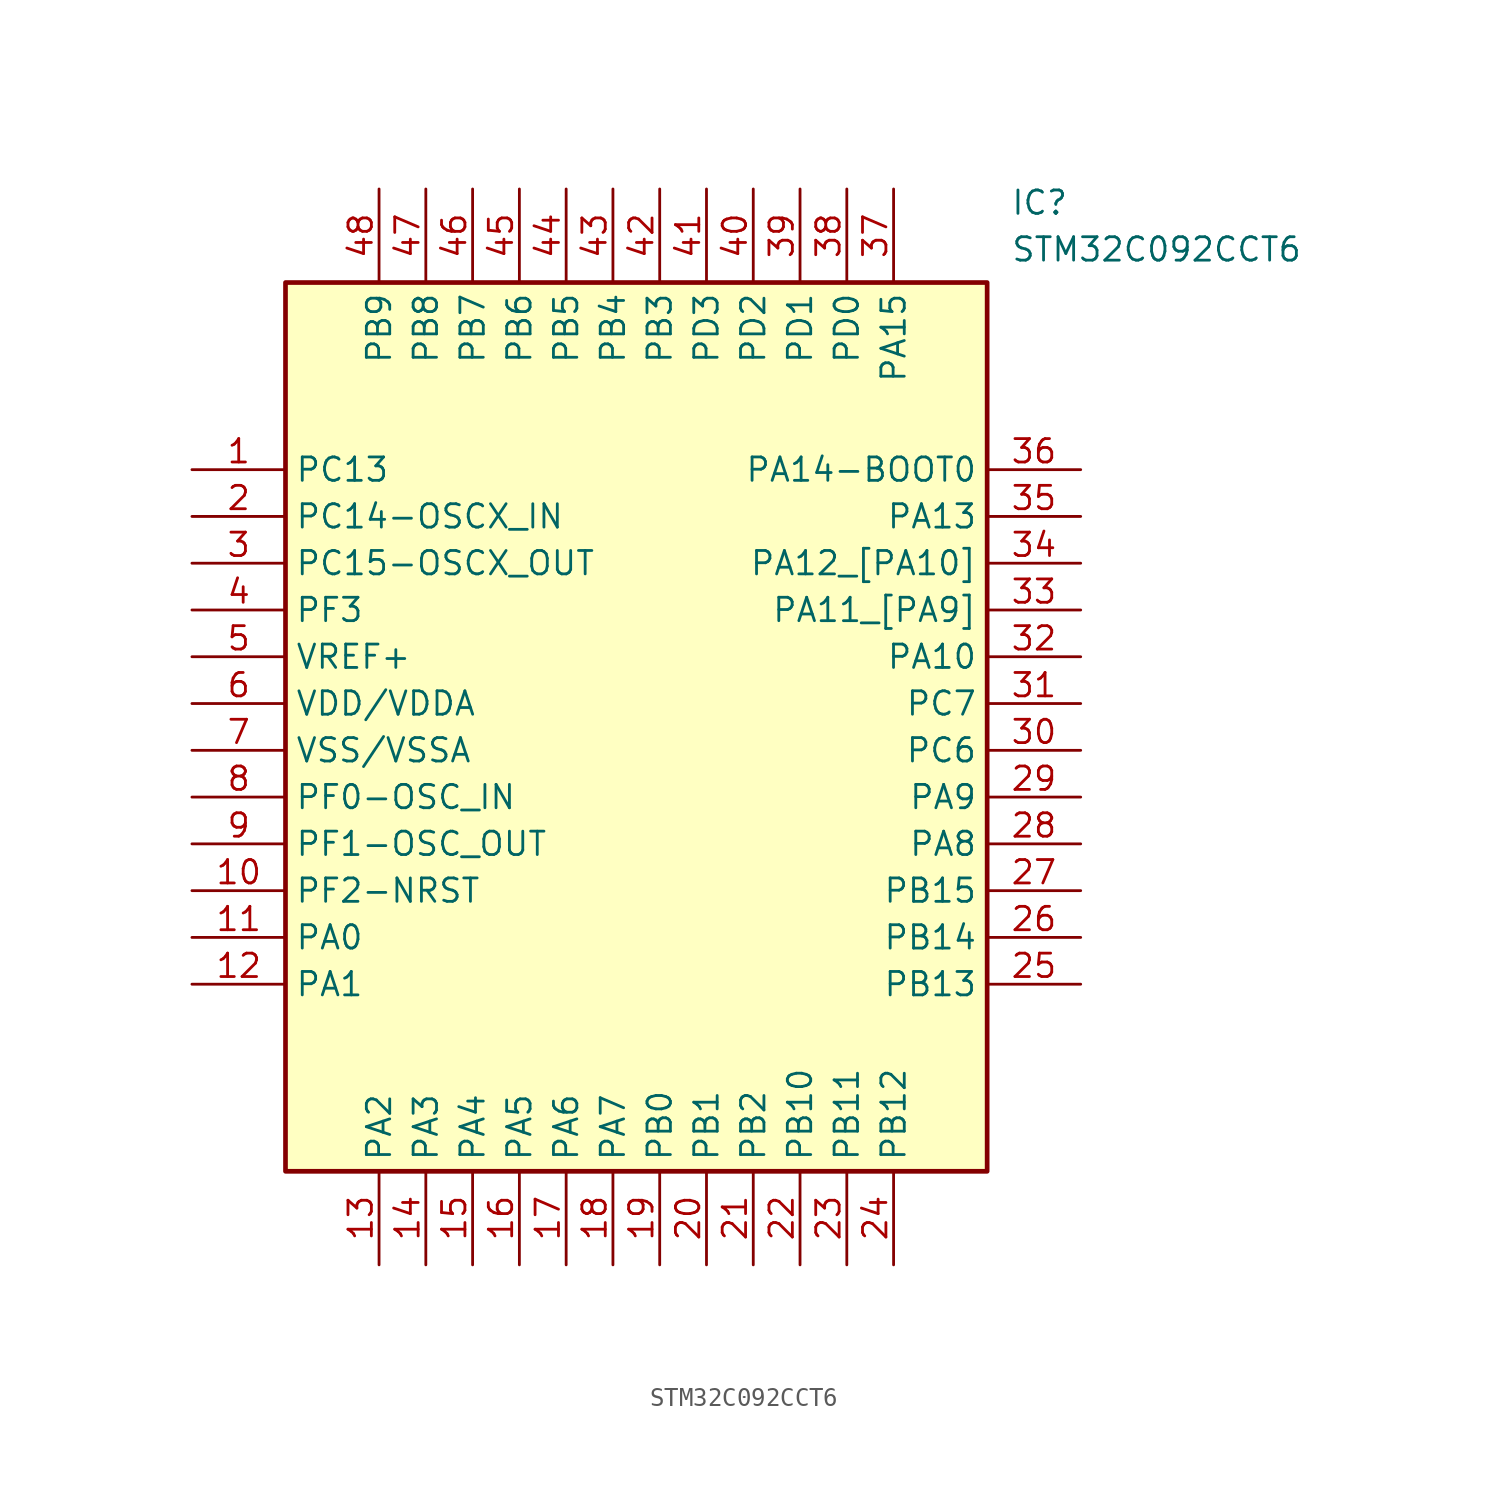
<source format=kicad_sym>
(kicad_symbol_lib
  (version 20231120)
  (generator "kicad_symbol_editor")
  (generator_version "8.0")
  (symbol "STM32C092CCT6"
    (property "Reference" "IC"
      (at 44.45 15.24 0)
      (effects (font (size 1.27 1.27)) (justify left top)))
    (property "Value" "STM32C092CCT6"
      (at 44.45 12.7 0)
      (effects (font (size 1.27 1.27)) (justify left top)))
    (symbol "STM32C092CCT6_1_1"
      (rectangle (start 5.08 10.16) (end 43.18 -38.1) (stroke (width 0.254) (type default)) (fill (type background)))
      (pin passive line (at 0 0 0) (length 5.08) (name "PC13" (effects (font (size 1.27 1.27)))) (number "1" (effects (font (size 1.27 1.27)))))
      (pin passive line (at 0 -22.86 0) (length 5.08) (name "PF2-NRST" (effects (font (size 1.27 1.27)))) (number "10" (effects (font (size 1.27 1.27)))))
      (pin passive line (at 0 -25.4 0) (length 5.08) (name "PA0" (effects (font (size 1.27 1.27)))) (number "11" (effects (font (size 1.27 1.27)))))
      (pin passive line (at 0 -27.94 0) (length 5.08) (name "PA1" (effects (font (size 1.27 1.27)))) (number "12" (effects (font (size 1.27 1.27)))))
      (pin passive line (at 10.16 -43.18 90) (length 5.08) (name "PA2" (effects (font (size 1.27 1.27)))) (number "13" (effects (font (size 1.27 1.27)))))
      (pin passive line (at 12.7 -43.18 90) (length 5.08) (name "PA3" (effects (font (size 1.27 1.27)))) (number "14" (effects (font (size 1.27 1.27)))))
      (pin passive line (at 15.24 -43.18 90) (length 5.08) (name "PA4" (effects (font (size 1.27 1.27)))) (number "15" (effects (font (size 1.27 1.27)))))
      (pin passive line (at 17.78 -43.18 90) (length 5.08) (name "PA5" (effects (font (size 1.27 1.27)))) (number "16" (effects (font (size 1.27 1.27)))))
      (pin passive line (at 20.32 -43.18 90) (length 5.08) (name "PA6" (effects (font (size 1.27 1.27)))) (number "17" (effects (font (size 1.27 1.27)))))
      (pin passive line (at 22.86 -43.18 90) (length 5.08) (name "PA7" (effects (font (size 1.27 1.27)))) (number "18" (effects (font (size 1.27 1.27)))))
      (pin passive line (at 25.4 -43.18 90) (length 5.08) (name "PB0" (effects (font (size 1.27 1.27)))) (number "19" (effects (font (size 1.27 1.27)))))
      (pin passive line (at 0 -2.54 0) (length 5.08) (name "PC14-OSCX_IN" (effects (font (size 1.27 1.27)))) (number "2" (effects (font (size 1.27 1.27)))))
      (pin passive line (at 27.94 -43.18 90) (length 5.08) (name "PB1" (effects (font (size 1.27 1.27)))) (number "20" (effects (font (size 1.27 1.27)))))
      (pin passive line (at 30.48 -43.18 90) (length 5.08) (name "PB2" (effects (font (size 1.27 1.27)))) (number "21" (effects (font (size 1.27 1.27)))))
      (pin passive line (at 33.02 -43.18 90) (length 5.08) (name "PB10" (effects (font (size 1.27 1.27)))) (number "22" (effects (font (size 1.27 1.27)))))
      (pin passive line (at 35.56 -43.18 90) (length 5.08) (name "PB11" (effects (font (size 1.27 1.27)))) (number "23" (effects (font (size 1.27 1.27)))))
      (pin passive line (at 38.1 -43.18 90) (length 5.08) (name "PB12" (effects (font (size 1.27 1.27)))) (number "24" (effects (font (size 1.27 1.27)))))
      (pin passive line (at 48.26 -27.94 180) (length 5.08) (name "PB13" (effects (font (size 1.27 1.27)))) (number "25" (effects (font (size 1.27 1.27)))))
      (pin passive line (at 48.26 -25.4 180) (length 5.08) (name "PB14" (effects (font (size 1.27 1.27)))) (number "26" (effects (font (size 1.27 1.27)))))
      (pin passive line (at 48.26 -22.86 180) (length 5.08) (name "PB15" (effects (font (size 1.27 1.27)))) (number "27" (effects (font (size 1.27 1.27)))))
      (pin passive line (at 48.26 -20.32 180) (length 5.08) (name "PA8" (effects (font (size 1.27 1.27)))) (number "28" (effects (font (size 1.27 1.27)))))
      (pin passive line (at 48.26 -17.78 180) (length 5.08) (name "PA9" (effects (font (size 1.27 1.27)))) (number "29" (effects (font (size 1.27 1.27)))))
      (pin passive line (at 0 -5.08 0) (length 5.08) (name "PC15-OSCX_OUT" (effects (font (size 1.27 1.27)))) (number "3" (effects (font (size 1.27 1.27)))))
      (pin passive line (at 48.26 -15.24 180) (length 5.08) (name "PC6" (effects (font (size 1.27 1.27)))) (number "30" (effects (font (size 1.27 1.27)))))
      (pin passive line (at 48.26 -12.7 180) (length 5.08) (name "PC7" (effects (font (size 1.27 1.27)))) (number "31" (effects (font (size 1.27 1.27)))))
      (pin passive line (at 48.26 -10.16 180) (length 5.08) (name "PA10" (effects (font (size 1.27 1.27)))) (number "32" (effects (font (size 1.27 1.27)))))
      (pin passive line (at 48.26 -7.62 180) (length 5.08) (name "PA11_[PA9]" (effects (font (size 1.27 1.27)))) (number "33" (effects (font (size 1.27 1.27)))))
      (pin passive line (at 48.26 -5.08 180) (length 5.08) (name "PA12_[PA10]" (effects (font (size 1.27 1.27)))) (number "34" (effects (font (size 1.27 1.27)))))
      (pin passive line (at 48.26 -2.54 180) (length 5.08) (name "PA13" (effects (font (size 1.27 1.27)))) (number "35" (effects (font (size 1.27 1.27)))))
      (pin passive line (at 48.26 0 180) (length 5.08) (name "PA14-BOOT0" (effects (font (size 1.27 1.27)))) (number "36" (effects (font (size 1.27 1.27)))))
      (pin passive line (at 38.1 15.24 270) (length 5.08) (name "PA15" (effects (font (size 1.27 1.27)))) (number "37" (effects (font (size 1.27 1.27)))))
      (pin passive line (at 35.56 15.24 270) (length 5.08) (name "PD0" (effects (font (size 1.27 1.27)))) (number "38" (effects (font (size 1.27 1.27)))))
      (pin passive line (at 33.02 15.24 270) (length 5.08) (name "PD1" (effects (font (size 1.27 1.27)))) (number "39" (effects (font (size 1.27 1.27)))))
      (pin passive line (at 0 -7.62 0) (length 5.08) (name "PF3" (effects (font (size 1.27 1.27)))) (number "4" (effects (font (size 1.27 1.27)))))
      (pin passive line (at 30.48 15.24 270) (length 5.08) (name "PD2" (effects (font (size 1.27 1.27)))) (number "40" (effects (font (size 1.27 1.27)))))
      (pin passive line (at 27.94 15.24 270) (length 5.08) (name "PD3" (effects (font (size 1.27 1.27)))) (number "41" (effects (font (size 1.27 1.27)))))
      (pin passive line (at 25.4 15.24 270) (length 5.08) (name "PB3" (effects (font (size 1.27 1.27)))) (number "42" (effects (font (size 1.27 1.27)))))
      (pin passive line (at 22.86 15.24 270) (length 5.08) (name "PB4" (effects (font (size 1.27 1.27)))) (number "43" (effects (font (size 1.27 1.27)))))
      (pin passive line (at 20.32 15.24 270) (length 5.08) (name "PB5" (effects (font (size 1.27 1.27)))) (number "44" (effects (font (size 1.27 1.27)))))
      (pin passive line (at 17.78 15.24 270) (length 5.08) (name "PB6" (effects (font (size 1.27 1.27)))) (number "45" (effects (font (size 1.27 1.27)))))
      (pin passive line (at 15.24 15.24 270) (length 5.08) (name "PB7" (effects (font (size 1.27 1.27)))) (number "46" (effects (font (size 1.27 1.27)))))
      (pin passive line (at 12.7 15.24 270) (length 5.08) (name "PB8" (effects (font (size 1.27 1.27)))) (number "47" (effects (font (size 1.27 1.27)))))
      (pin passive line (at 10.16 15.24 270) (length 5.08) (name "PB9" (effects (font (size 1.27 1.27)))) (number "48" (effects (font (size 1.27 1.27)))))
      (pin passive line (at 0 -10.16 0) (length 5.08) (name "VREF+" (effects (font (size 1.27 1.27)))) (number "5" (effects (font (size 1.27 1.27)))))
      (pin passive line (at 0 -12.7 0) (length 5.08) (name "VDD/VDDA" (effects (font (size 1.27 1.27)))) (number "6" (effects (font (size 1.27 1.27)))))
      (pin passive line (at 0 -15.24 0) (length 5.08) (name "VSS/VSSA" (effects (font (size 1.27 1.27)))) (number "7" (effects (font (size 1.27 1.27)))))
      (pin passive line (at 0 -17.78 0) (length 5.08) (name "PF0-OSC_IN" (effects (font (size 1.27 1.27)))) (number "8" (effects (font (size 1.27 1.27)))))
      (pin passive line (at 0 -20.32 0) (length 5.08) (name "PF1-OSC_OUT" (effects (font (size 1.27 1.27)))) (number "9" (effects (font (size 1.27 1.27))))))))
</source>
